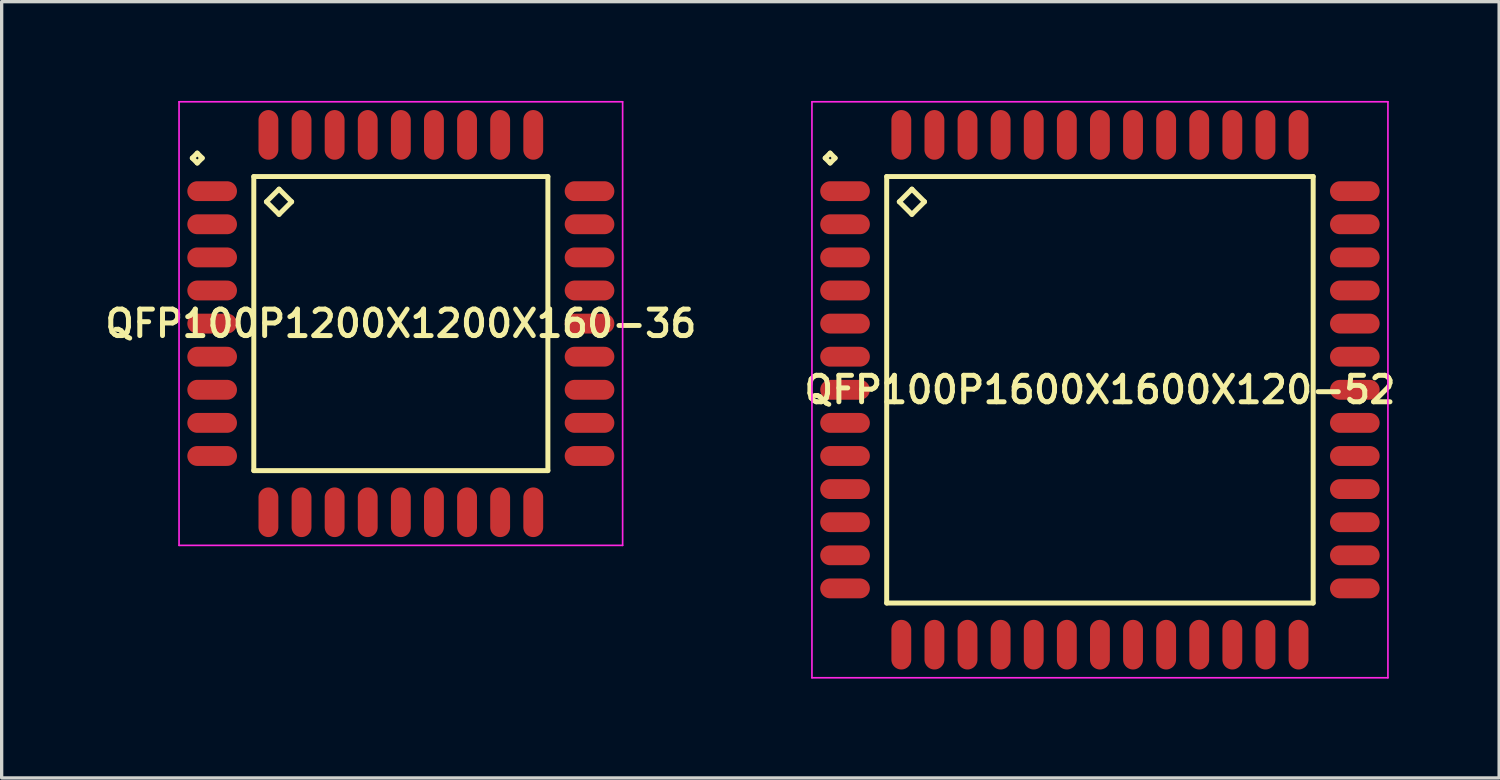
<source format=kicad_pcb>
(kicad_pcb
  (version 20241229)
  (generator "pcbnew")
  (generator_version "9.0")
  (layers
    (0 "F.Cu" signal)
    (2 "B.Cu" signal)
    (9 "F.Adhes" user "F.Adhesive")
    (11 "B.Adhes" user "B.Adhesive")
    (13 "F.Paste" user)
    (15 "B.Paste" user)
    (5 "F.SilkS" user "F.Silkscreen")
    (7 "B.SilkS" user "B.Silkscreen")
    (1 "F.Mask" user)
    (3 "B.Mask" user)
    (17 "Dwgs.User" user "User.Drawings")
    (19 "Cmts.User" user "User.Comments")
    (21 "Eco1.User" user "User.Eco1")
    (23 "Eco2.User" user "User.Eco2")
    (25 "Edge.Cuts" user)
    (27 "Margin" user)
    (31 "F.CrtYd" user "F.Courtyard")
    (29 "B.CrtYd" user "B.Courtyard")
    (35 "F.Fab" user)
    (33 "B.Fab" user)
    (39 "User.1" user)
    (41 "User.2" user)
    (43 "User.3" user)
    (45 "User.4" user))
  (footprint "QFP100P1200X1200X160-36"
    (layer "F.Cu")
    (at 9.059 6.725)
    (property "Reference" "QFP100P1200X1200X160-36" (at 0 0 0) (layer "F.SilkS") (effects (font (size 0.8 0.8) (thickness 0.15))))
    (attr smd)
    (fp_line (start -6.3 -5) (end -6.15 -5.15) (stroke (width 0.15) (type solid)) (layer "F.SilkS"))
    (fp_line (start -6.15 -5.15) (end -6 -5) (stroke (width 0.15) (type solid)) (layer "F.SilkS"))
    (fp_line (start -6.15 -4.85) (end -6.3 -5) (stroke (width 0.15) (type solid)) (layer "F.SilkS"))
    (fp_line (start -6 -5) (end -6.15 -4.85) (stroke (width 0.15) (type solid)) (layer "F.SilkS"))
    (fp_line (start -4.442 -4.442) (end -4.442 4.442) (stroke (width 0.15) (type solid)) (layer "F.SilkS"))
    (fp_line (start -4.442 4.442) (end 4.442 4.442) (stroke (width 0.15) (type solid)) (layer "F.SilkS"))
    (fp_line (start -4.061 -3.68) (end -3.68 -4.061) (stroke (width 0.15) (type solid)) (layer "F.SilkS"))
    (fp_line (start -3.68 -4.061) (end -3.299 -3.68) (stroke (width 0.15) (type solid)) (layer "F.SilkS"))
    (fp_line (start -3.68 -3.299) (end -4.061 -3.68) (stroke (width 0.15) (type solid)) (layer "F.SilkS"))
    (fp_line (start -3.299 -3.68) (end -3.68 -3.299) (stroke (width 0.15) (type solid)) (layer "F.SilkS"))
    (fp_line (start 4.442 -4.442) (end -4.442 -4.442) (stroke (width 0.15) (type solid)) (layer "F.SilkS"))
    (fp_line (start 4.442 4.442) (end 4.442 -4.442) (stroke (width 0.15) (type solid)) (layer "F.SilkS"))
    (fp_line (start -6.7 -6.7) (end 6.7 -6.7) (stroke (width 0.05) (type solid)) (layer "F.CrtYd"))
    (fp_line (start -6.7 6.7) (end -6.7 -6.7) (stroke (width 0.05) (type solid)) (layer "F.CrtYd"))
    (fp_line (start 6.7 -6.7) (end 6.7 6.7) (stroke (width 0.05) (type solid)) (layer "F.CrtYd"))
    (fp_line (start 6.7 6.7) (end -6.7 6.7) (stroke (width 0.05) (type solid)) (layer "F.CrtYd"))
    (pad "1" smd oval (at -5.7 -4) (size 1.5 0.6) (layers "F.Cu" "F.Mask" "F.Paste"))
    (pad "2" smd oval (at -5.7 -3) (size 1.5 0.6) (layers "F.Cu" "F.Mask" "F.Paste"))
    (pad "3" smd oval (at -5.7 -2) (size 1.5 0.6) (layers "F.Cu" "F.Mask" "F.Paste"))
    (pad "4" smd oval (at -5.7 -1) (size 1.5 0.6) (layers "F.Cu" "F.Mask" "F.Paste"))
    (pad "5" smd oval (at -5.7 0) (size 1.5 0.6) (layers "F.Cu" "F.Mask" "F.Paste"))
    (pad "6" smd oval (at -5.7 1) (size 1.5 0.6) (layers "F.Cu" "F.Mask" "F.Paste"))
    (pad "7" smd oval (at -5.7 2) (size 1.5 0.6) (layers "F.Cu" "F.Mask" "F.Paste"))
    (pad "8" smd oval (at -5.7 3) (size 1.5 0.6) (layers "F.Cu" "F.Mask" "F.Paste"))
    (pad "9" smd oval (at -5.7 4) (size 1.5 0.6) (layers "F.Cu" "F.Mask" "F.Paste"))
    (pad "10" smd oval (at -4 5.7) (size 0.6 1.5) (layers "F.Cu" "F.Mask" "F.Paste"))
    (pad "11" smd oval (at -3 5.7) (size 0.6 1.5) (layers "F.Cu" "F.Mask" "F.Paste"))
    (pad "12" smd oval (at -2 5.7) (size 0.6 1.5) (layers "F.Cu" "F.Mask" "F.Paste"))
    (pad "13" smd oval (at -1 5.7) (size 0.6 1.5) (layers "F.Cu" "F.Mask" "F.Paste"))
    (pad "14" smd oval (at 0 5.7) (size 0.6 1.5) (layers "F.Cu" "F.Mask" "F.Paste"))
    (pad "15" smd oval (at 1 5.7) (size 0.6 1.5) (layers "F.Cu" "F.Mask" "F.Paste"))
    (pad "16" smd oval (at 2 5.7) (size 0.6 1.5) (layers "F.Cu" "F.Mask" "F.Paste"))
    (pad "17" smd oval (at 3 5.7) (size 0.6 1.5) (layers "F.Cu" "F.Mask" "F.Paste"))
    (pad "18" smd oval (at 4 5.7) (size 0.6 1.5) (layers "F.Cu" "F.Mask" "F.Paste"))
    (pad "19" smd oval (at 5.7 4) (size 1.5 0.6) (layers "F.Cu" "F.Mask" "F.Paste"))
    (pad "20" smd oval (at 5.7 3) (size 1.5 0.6) (layers "F.Cu" "F.Mask" "F.Paste"))
    (pad "21" smd oval (at 5.7 2) (size 1.5 0.6) (layers "F.Cu" "F.Mask" "F.Paste"))
    (pad "22" smd oval (at 5.7 1) (size 1.5 0.6) (layers "F.Cu" "F.Mask" "F.Paste"))
    (pad "23" smd oval (at 5.7 0) (size 1.5 0.6) (layers "F.Cu" "F.Mask" "F.Paste"))
    (pad "24" smd oval (at 5.7 -1) (size 1.5 0.6) (layers "F.Cu" "F.Mask" "F.Paste"))
    (pad "25" smd oval (at 5.7 -2) (size 1.5 0.6) (layers "F.Cu" "F.Mask" "F.Paste"))
    (pad "26" smd oval (at 5.7 -3) (size 1.5 0.6) (layers "F.Cu" "F.Mask" "F.Paste"))
    (pad "27" smd oval (at 5.7 -4) (size 1.5 0.6) (layers "F.Cu" "F.Mask" "F.Paste"))
    (pad "28" smd oval (at 4 -5.7) (size 0.6 1.5) (layers "F.Cu" "F.Mask" "F.Paste"))
    (pad "29" smd oval (at 3 -5.7) (size 0.6 1.5) (layers "F.Cu" "F.Mask" "F.Paste"))
    (pad "30" smd oval (at 2 -5.7) (size 0.6 1.5) (layers "F.Cu" "F.Mask" "F.Paste"))
    (pad "31" smd oval (at 1 -5.7) (size 0.6 1.5) (layers "F.Cu" "F.Mask" "F.Paste"))
    (pad "32" smd oval (at 0 -5.7) (size 0.6 1.5) (layers "F.Cu" "F.Mask" "F.Paste"))
    (pad "33" smd oval (at -1 -5.7) (size 0.6 1.5) (layers "F.Cu" "F.Mask" "F.Paste"))
    (pad "34" smd oval (at -2 -5.7) (size 0.6 1.5) (layers "F.Cu" "F.Mask" "F.Paste"))
    (pad "35" smd oval (at -3 -5.7) (size 0.6 1.5) (layers "F.Cu" "F.Mask" "F.Paste"))
    (pad "36" smd oval (at -4 -5.7) (size 0.6 1.5) (layers "F.Cu" "F.Mask" "F.Paste")))
  (footprint "QFP100P1600X1600X120-52"
    (layer "F.Cu")
    (at 30.178 8.725)
    (property "Reference" "QFP100P1600X1600X120-52" (at 0 0 0) (layer "F.SilkS") (effects (font (size 0.8 0.8) (thickness 0.15))))
    (attr smd)
    (fp_line (start -8.3 -7) (end -8.15 -7.15) (stroke (width 0.15) (type solid)) (layer "F.SilkS"))
    (fp_line (start -8.15 -7.15) (end -8 -7) (stroke (width 0.15) (type solid)) (layer "F.SilkS"))
    (fp_line (start -8.15 -6.85) (end -8.3 -7) (stroke (width 0.15) (type solid)) (layer "F.SilkS"))
    (fp_line (start -8 -7) (end -8.15 -6.85) (stroke (width 0.15) (type solid)) (layer "F.SilkS"))
    (fp_line (start -6.442 -6.442) (end -6.442 6.442) (stroke (width 0.15) (type solid)) (layer "F.SilkS"))
    (fp_line (start -6.442 6.442) (end 6.442 6.442) (stroke (width 0.15) (type solid)) (layer "F.SilkS"))
    (fp_line (start -6.061 -5.68) (end -5.68 -6.061) (stroke (width 0.15) (type solid)) (layer "F.SilkS"))
    (fp_line (start -5.68 -6.061) (end -5.299 -5.68) (stroke (width 0.15) (type solid)) (layer "F.SilkS"))
    (fp_line (start -5.68 -5.299) (end -6.061 -5.68) (stroke (width 0.15) (type solid)) (layer "F.SilkS"))
    (fp_line (start -5.299 -5.68) (end -5.68 -5.299) (stroke (width 0.15) (type solid)) (layer "F.SilkS"))
    (fp_line (start 6.442 -6.442) (end -6.442 -6.442) (stroke (width 0.15) (type solid)) (layer "F.SilkS"))
    (fp_line (start 6.442 6.442) (end 6.442 -6.442) (stroke (width 0.15) (type solid)) (layer "F.SilkS"))
    (fp_line (start -8.7 -8.7) (end 8.7 -8.7) (stroke (width 0.05) (type solid)) (layer "F.CrtYd"))
    (fp_line (start -8.7 8.7) (end -8.7 -8.7) (stroke (width 0.05) (type solid)) (layer "F.CrtYd"))
    (fp_line (start 8.7 -8.7) (end 8.7 8.7) (stroke (width 0.05) (type solid)) (layer "F.CrtYd"))
    (fp_line (start 8.7 8.7) (end -8.7 8.7) (stroke (width 0.05) (type solid)) (layer "F.CrtYd"))
    (pad "1" smd oval (at -7.7 -6) (size 1.5 0.6) (layers "F.Cu" "F.Mask" "F.Paste"))
    (pad "2" smd oval (at -7.7 -5) (size 1.5 0.6) (layers "F.Cu" "F.Mask" "F.Paste"))
    (pad "3" smd oval (at -7.7 -4) (size 1.5 0.6) (layers "F.Cu" "F.Mask" "F.Paste"))
    (pad "4" smd oval (at -7.7 -3) (size 1.5 0.6) (layers "F.Cu" "F.Mask" "F.Paste"))
    (pad "5" smd oval (at -7.7 -2) (size 1.5 0.6) (layers "F.Cu" "F.Mask" "F.Paste"))
    (pad "6" smd oval (at -7.7 -1) (size 1.5 0.6) (layers "F.Cu" "F.Mask" "F.Paste"))
    (pad "7" smd oval (at -7.7 0) (size 1.5 0.6) (layers "F.Cu" "F.Mask" "F.Paste"))
    (pad "8" smd oval (at -7.7 1) (size 1.5 0.6) (layers "F.Cu" "F.Mask" "F.Paste"))
    (pad "9" smd oval (at -7.7 2) (size 1.5 0.6) (layers "F.Cu" "F.Mask" "F.Paste"))
    (pad "10" smd oval (at -7.7 3) (size 1.5 0.6) (layers "F.Cu" "F.Mask" "F.Paste"))
    (pad "11" smd oval (at -7.7 4) (size 1.5 0.6) (layers "F.Cu" "F.Mask" "F.Paste"))
    (pad "12" smd oval (at -7.7 5) (size 1.5 0.6) (layers "F.Cu" "F.Mask" "F.Paste"))
    (pad "13" smd oval (at -7.7 6) (size 1.5 0.6) (layers "F.Cu" "F.Mask" "F.Paste"))
    (pad "14" smd oval (at -6 7.7) (size 0.6 1.5) (layers "F.Cu" "F.Mask" "F.Paste"))
    (pad "15" smd oval (at -5 7.7) (size 0.6 1.5) (layers "F.Cu" "F.Mask" "F.Paste"))
    (pad "16" smd oval (at -4 7.7) (size 0.6 1.5) (layers "F.Cu" "F.Mask" "F.Paste"))
    (pad "17" smd oval (at -3 7.7) (size 0.6 1.5) (layers "F.Cu" "F.Mask" "F.Paste"))
    (pad "18" smd oval (at -2 7.7) (size 0.6 1.5) (layers "F.Cu" "F.Mask" "F.Paste"))
    (pad "19" smd oval (at -1 7.7) (size 0.6 1.5) (layers "F.Cu" "F.Mask" "F.Paste"))
    (pad "20" smd oval (at 0 7.7) (size 0.6 1.5) (layers "F.Cu" "F.Mask" "F.Paste"))
    (pad "21" smd oval (at 1 7.7) (size 0.6 1.5) (layers "F.Cu" "F.Mask" "F.Paste"))
    (pad "22" smd oval (at 2 7.7) (size 0.6 1.5) (layers "F.Cu" "F.Mask" "F.Paste"))
    (pad "23" smd oval (at 3 7.7) (size 0.6 1.5) (layers "F.Cu" "F.Mask" "F.Paste"))
    (pad "24" smd oval (at 4 7.7) (size 0.6 1.5) (layers "F.Cu" "F.Mask" "F.Paste"))
    (pad "25" smd oval (at 5 7.7) (size 0.6 1.5) (layers "F.Cu" "F.Mask" "F.Paste"))
    (pad "26" smd oval (at 6 7.7) (size 0.6 1.5) (layers "F.Cu" "F.Mask" "F.Paste"))
    (pad "27" smd oval (at 7.7 6) (size 1.5 0.6) (layers "F.Cu" "F.Mask" "F.Paste"))
    (pad "28" smd oval (at 7.7 5) (size 1.5 0.6) (layers "F.Cu" "F.Mask" "F.Paste"))
    (pad "29" smd oval (at 7.7 4) (size 1.5 0.6) (layers "F.Cu" "F.Mask" "F.Paste"))
    (pad "30" smd oval (at 7.7 3) (size 1.5 0.6) (layers "F.Cu" "F.Mask" "F.Paste"))
    (pad "31" smd oval (at 7.7 2) (size 1.5 0.6) (layers "F.Cu" "F.Mask" "F.Paste"))
    (pad "32" smd oval (at 7.7 1) (size 1.5 0.6) (layers "F.Cu" "F.Mask" "F.Paste"))
    (pad "33" smd oval (at 7.7 0) (size 1.5 0.6) (layers "F.Cu" "F.Mask" "F.Paste"))
    (pad "34" smd oval (at 7.7 -1) (size 1.5 0.6) (layers "F.Cu" "F.Mask" "F.Paste"))
    (pad "35" smd oval (at 7.7 -2) (size 1.5 0.6) (layers "F.Cu" "F.Mask" "F.Paste"))
    (pad "36" smd oval (at 7.7 -3) (size 1.5 0.6) (layers "F.Cu" "F.Mask" "F.Paste"))
    (pad "37" smd oval (at 7.7 -4) (size 1.5 0.6) (layers "F.Cu" "F.Mask" "F.Paste"))
    (pad "38" smd oval (at 7.7 -5) (size 1.5 0.6) (layers "F.Cu" "F.Mask" "F.Paste"))
    (pad "39" smd oval (at 7.7 -6) (size 1.5 0.6) (layers "F.Cu" "F.Mask" "F.Paste"))
    (pad "40" smd oval (at 6 -7.7) (size 0.6 1.5) (layers "F.Cu" "F.Mask" "F.Paste"))
    (pad "41" smd oval (at 5 -7.7) (size 0.6 1.5) (layers "F.Cu" "F.Mask" "F.Paste"))
    (pad "42" smd oval (at 4 -7.7) (size 0.6 1.5) (layers "F.Cu" "F.Mask" "F.Paste"))
    (pad "43" smd oval (at 3 -7.7) (size 0.6 1.5) (layers "F.Cu" "F.Mask" "F.Paste"))
    (pad "44" smd oval (at 2 -7.7) (size 0.6 1.5) (layers "F.Cu" "F.Mask" "F.Paste"))
    (pad "45" smd oval (at 1 -7.7) (size 0.6 1.5) (layers "F.Cu" "F.Mask" "F.Paste"))
    (pad "46" smd oval (at 0 -7.7) (size 0.6 1.5) (layers "F.Cu" "F.Mask" "F.Paste"))
    (pad "47" smd oval (at -1 -7.7) (size 0.6 1.5) (layers "F.Cu" "F.Mask" "F.Paste"))
    (pad "48" smd oval (at -2 -7.7) (size 0.6 1.5) (layers "F.Cu" "F.Mask" "F.Paste"))
    (pad "49" smd oval (at -3 -7.7) (size 0.6 1.5) (layers "F.Cu" "F.Mask" "F.Paste"))
    (pad "50" smd oval (at -4 -7.7) (size 0.6 1.5) (layers "F.Cu" "F.Mask" "F.Paste"))
    (pad "51" smd oval (at -5 -7.7) (size 0.6 1.5) (layers "F.Cu" "F.Mask" "F.Paste"))
    (pad "52" smd oval (at -6 -7.7) (size 0.6 1.5) (layers "F.Cu" "F.Mask" "F.Paste")))
  (gr_rect
    (start -3 -3)
    (end 42.237 20.45)
    (stroke (width 0.1) (type default))
    (fill no)
    (layer "Edge.Cuts")))
</source>
